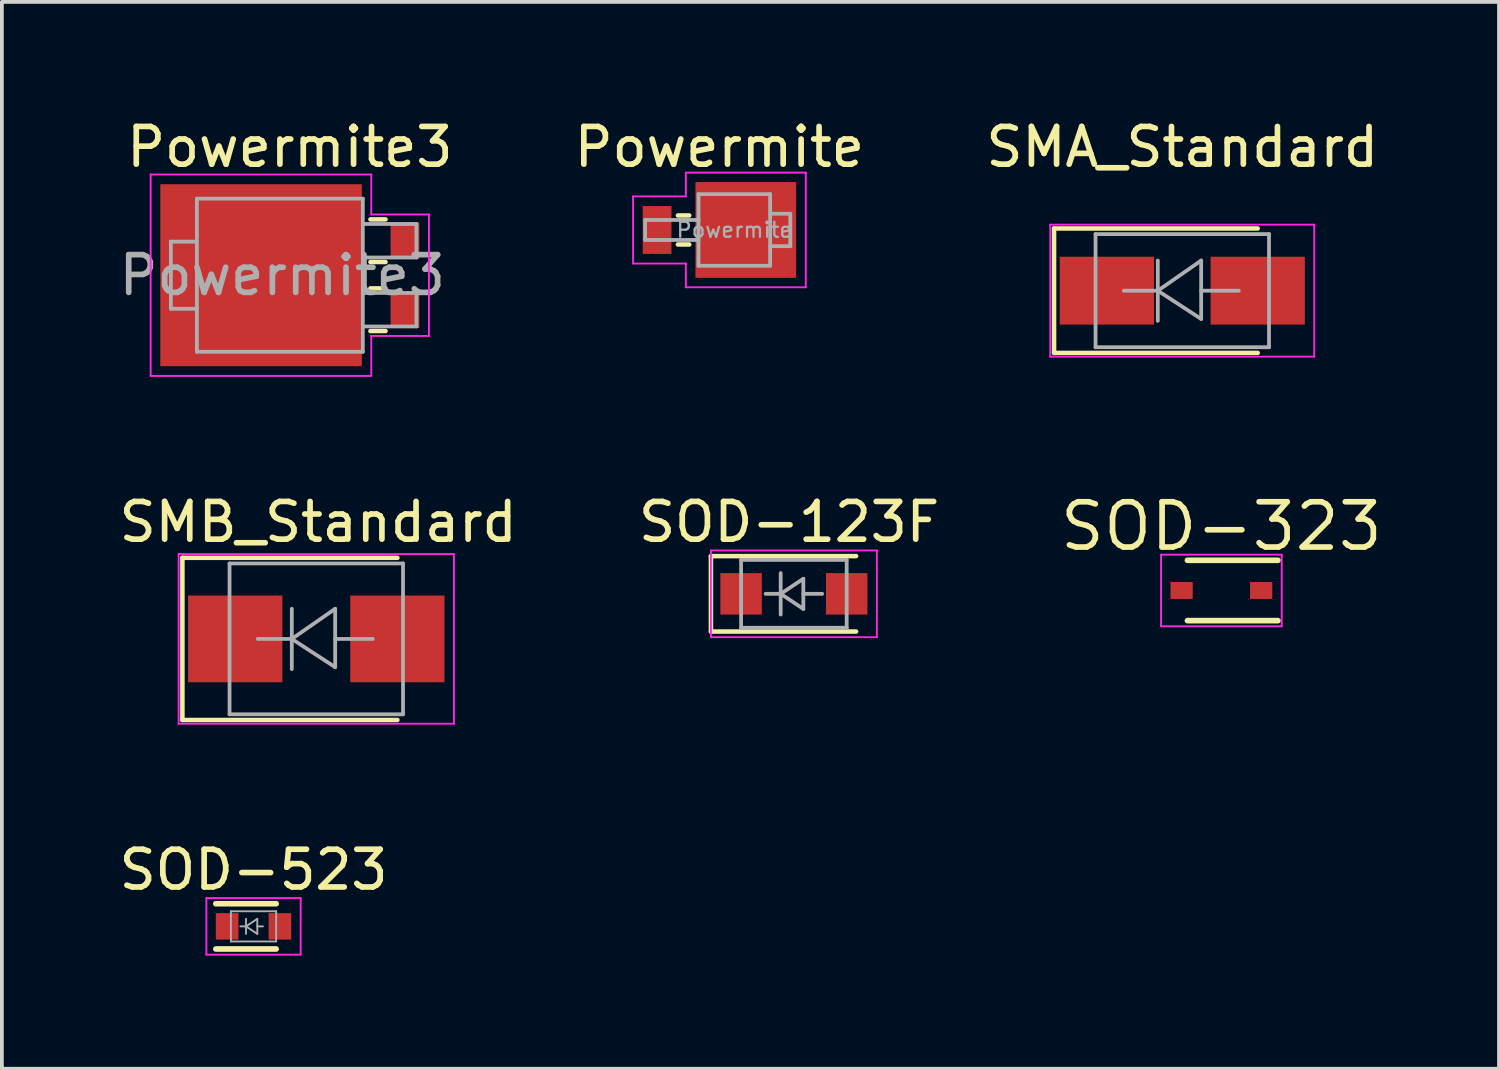
<source format=kicad_pcb>
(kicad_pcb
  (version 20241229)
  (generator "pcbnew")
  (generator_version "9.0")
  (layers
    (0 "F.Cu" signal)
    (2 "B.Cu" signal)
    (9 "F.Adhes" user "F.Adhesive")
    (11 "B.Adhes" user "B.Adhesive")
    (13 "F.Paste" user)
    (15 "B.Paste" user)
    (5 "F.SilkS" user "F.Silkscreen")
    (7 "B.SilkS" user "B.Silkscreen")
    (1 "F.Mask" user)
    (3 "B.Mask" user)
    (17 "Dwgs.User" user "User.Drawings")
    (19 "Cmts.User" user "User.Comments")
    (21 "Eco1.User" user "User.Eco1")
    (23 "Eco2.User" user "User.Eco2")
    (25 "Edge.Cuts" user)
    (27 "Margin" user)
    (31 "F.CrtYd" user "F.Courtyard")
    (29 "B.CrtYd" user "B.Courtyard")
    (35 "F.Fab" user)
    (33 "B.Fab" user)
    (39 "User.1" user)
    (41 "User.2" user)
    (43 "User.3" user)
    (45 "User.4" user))
  (footprint "Powermite"
    (layer "F.Cu")
    (at 16.027 3.048)
    (property "Reference" "Powermite" (at 0 -2.2 0) (layer "F.SilkS") (effects (font (size 1 1) (thickness 0.15))))
    (attr smd)
    (fp_line (start -1.1 -0.385) (end -0.8 -0.385) (stroke (width 0.12) (type solid)) (layer "F.SilkS"))
    (fp_line (start -1.1 0.385) (end -0.8 0.385) (stroke (width 0.12) (type solid)) (layer "F.SilkS"))
    (fp_line (start -2.29 -0.89) (end -2.29 0.89) (stroke (width 0.05) (type solid)) (layer "F.CrtYd"))
    (fp_line (start -2.29 0.89) (end -0.89 0.89) (stroke (width 0.05) (type solid)) (layer "F.CrtYd"))
    (fp_line (start -0.89 -1.52) (end -0.89 -0.89) (stroke (width 0.05) (type solid)) (layer "F.CrtYd"))
    (fp_line (start -0.89 -0.89) (end -2.29 -0.89) (stroke (width 0.05) (type solid)) (layer "F.CrtYd"))
    (fp_line (start -0.89 0.89) (end -0.89 1.52) (stroke (width 0.05) (type solid)) (layer "F.CrtYd"))
    (fp_line (start -0.89 1.52) (end 2.29 1.52) (stroke (width 0.05) (type solid)) (layer "F.CrtYd"))
    (fp_line (start 2.29 -1.52) (end -0.89 -1.52) (stroke (width 0.05) (type solid)) (layer "F.CrtYd"))
    (fp_line (start 2.29 1.52) (end 2.29 -1.52) (stroke (width 0.05) (type solid)) (layer "F.CrtYd"))
    (fp_line (start -1.97 -0.265) (end -1.97 0.265) (stroke (width 0.1) (type solid)) (layer "F.Fab"))
    (fp_line (start -1.97 -0.265) (end -0.555 -0.265) (stroke (width 0.1) (type solid)) (layer "F.Fab"))
    (fp_line (start -1.97 0.265) (end -0.555 0.265) (stroke (width 0.1) (type solid)) (layer "F.Fab"))
    (fp_line (start -0.555 -0.95) (end -0.555 0.95) (stroke (width 0.1) (type solid)) (layer "F.Fab"))
    (fp_line (start -0.555 0.95) (end 1.345 0.95) (stroke (width 0.1) (type solid)) (layer "F.Fab"))
    (fp_line (start 1.345 -0.95) (end -0.555 -0.95) (stroke (width 0.1) (type solid)) (layer "F.Fab"))
    (fp_line (start 1.345 -0.43) (end 1.88 -0.43) (stroke (width 0.1) (type solid)) (layer "F.Fab"))
    (fp_line (start 1.345 0.95) (end 1.345 -0.95) (stroke (width 0.1) (type solid)) (layer "F.Fab"))
    (fp_line (start 1.88 -0.43) (end 1.88 0.43) (stroke (width 0.1) (type solid)) (layer "F.Fab"))
    (fp_line (start 1.88 0.43) (end 1.345 0.43) (stroke (width 0.1) (type solid)) (layer "F.Fab"))
    (fp_text user "${REFERENCE}" (at 0.399 0 0) (layer "F.Fab") (effects (font (size 0.4 0.4) (thickness 0.06))))
    (pad "1" smd rect (at -1.653 0) (size 0.762 1.27) (layers "F.Cu" "F.Mask" "F.Paste"))
    (pad "2" smd rect (at 0.699 0) (size 2.67 2.54) (layers "F.Cu" "F.Mask" "F.Paste")))
  (footprint "SOD-123F"
    (layer "F.Cu")
    (at 18.002 12.697)
    (property "Reference" "SOD-123F" (at -0.127 -1.905 0) (layer "F.SilkS") (effects (font (size 1 1) (thickness 0.15))))
    (attr smd)
    (fp_line (start -2.2 -1) (end -2.2 1) (stroke (width 0.12) (type solid)) (layer "F.SilkS"))
    (fp_line (start -2.2 -1) (end 1.65 -1) (stroke (width 0.12) (type solid)) (layer "F.SilkS"))
    (fp_line (start -2.2 1) (end 1.65 1) (stroke (width 0.12) (type solid)) (layer "F.SilkS"))
    (fp_line (start -2.2 -1.15) (end -2.2 1.15) (stroke (width 0.05) (type solid)) (layer "F.CrtYd"))
    (fp_line (start -2.2 -1.15) (end 2.2 -1.15) (stroke (width 0.05) (type solid)) (layer "F.CrtYd"))
    (fp_line (start 2.2 -1.15) (end 2.2 1.15) (stroke (width 0.05) (type solid)) (layer "F.CrtYd"))
    (fp_line (start 2.2 1.15) (end -2.2 1.15) (stroke (width 0.05) (type solid)) (layer "F.CrtYd"))
    (fp_line (start -1.4 -0.9) (end 1.4 -0.9) (stroke (width 0.1) (type solid)) (layer "F.Fab"))
    (fp_line (start -1.4 0.9) (end -1.4 -0.9) (stroke (width 0.1) (type solid)) (layer "F.Fab"))
    (fp_line (start -0.75 0) (end -0.35 0) (stroke (width 0.1) (type solid)) (layer "F.Fab"))
    (fp_line (start -0.35 0) (end -0.35 -0.55) (stroke (width 0.1) (type solid)) (layer "F.Fab"))
    (fp_line (start -0.35 0) (end -0.35 0.55) (stroke (width 0.1) (type solid)) (layer "F.Fab"))
    (fp_line (start -0.35 0) (end 0.25 -0.4) (stroke (width 0.1) (type solid)) (layer "F.Fab"))
    (fp_line (start 0.25 -0.4) (end 0.25 0.4) (stroke (width 0.1) (type solid)) (layer "F.Fab"))
    (fp_line (start 0.25 0) (end 0.75 0) (stroke (width 0.1) (type solid)) (layer "F.Fab"))
    (fp_line (start 0.25 0.4) (end -0.35 0) (stroke (width 0.1) (type solid)) (layer "F.Fab"))
    (fp_line (start 1.4 -0.9) (end 1.4 0.9) (stroke (width 0.1) (type solid)) (layer "F.Fab"))
    (fp_line (start 1.4 0.9) (end -1.4 0.9) (stroke (width 0.1) (type solid)) (layer "F.Fab"))
    (pad "1" smd rect (at -1.4 0) (size 1.1 1.1) (layers "F.Cu" "F.Mask" "F.Paste"))
    (pad "2" smd rect (at 1.4 0) (size 1.1 1.1) (layers "F.Cu" "F.Mask" "F.Paste")))
  (footprint "Powermite3"
    (layer "F.Cu")
    (at 4.635 4.248)
    (property "Reference" "Powermite3" (at 0 -3.4 0) (layer "F.SilkS") (effects (font (size 1 1) (thickness 0.15))))
    (attr smd)
    (fp_line (start 2.538 -1.48) (end 2.138 -1.48) (stroke (width 0.12) (type solid)) (layer "F.SilkS"))
    (fp_line (start 2.538 -0.35) (end 2.138 -0.35) (stroke (width 0.12) (type solid)) (layer "F.SilkS"))
    (fp_line (start 2.538 0.35) (end 2.138 0.35) (stroke (width 0.12) (type solid)) (layer "F.SilkS"))
    (fp_line (start 2.538 1.48) (end 2.138 1.48) (stroke (width 0.12) (type solid)) (layer "F.SilkS"))
    (fp_line (start -3.69 -2.67) (end -3.69 2.67) (stroke (width 0.05) (type solid)) (layer "F.CrtYd"))
    (fp_line (start -3.69 2.67) (end 2.16 2.67) (stroke (width 0.05) (type solid)) (layer "F.CrtYd"))
    (fp_line (start 2.16 -2.67) (end -3.69 -2.67) (stroke (width 0.05) (type solid)) (layer "F.CrtYd"))
    (fp_line (start 2.16 -1.61) (end 2.16 -2.67) (stroke (width 0.05) (type solid)) (layer "F.CrtYd"))
    (fp_line (start 2.16 1.61) (end 3.69 1.61) (stroke (width 0.05) (type solid)) (layer "F.CrtYd"))
    (fp_line (start 2.16 2.67) (end 2.16 1.61) (stroke (width 0.05) (type solid)) (layer "F.CrtYd"))
    (fp_line (start 3.69 -1.61) (end 2.16 -1.61) (stroke (width 0.05) (type solid)) (layer "F.CrtYd"))
    (fp_line (start 3.69 1.61) (end 3.69 -1.61) (stroke (width 0.05) (type solid)) (layer "F.CrtYd"))
    (fp_line (start -3.154 -0.89) (end -2.464 -0.89) (stroke (width 0.1) (type solid)) (layer "F.Fab"))
    (fp_line (start -3.154 0.89) (end -3.154 -0.89) (stroke (width 0.1) (type solid)) (layer "F.Fab"))
    (fp_line (start -2.464 -2.03) (end -2.464 2.03) (stroke (width 0.1) (type solid)) (layer "F.Fab"))
    (fp_line (start -2.464 0.89) (end -3.154 0.89) (stroke (width 0.1) (type solid)) (layer "F.Fab"))
    (fp_line (start -2.464 2.03) (end 1.936 2.03) (stroke (width 0.1) (type solid)) (layer "F.Fab"))
    (fp_line (start 1.936 -2.03) (end -2.464 -2.03) (stroke (width 0.1) (type solid)) (layer "F.Fab"))
    (fp_line (start 1.936 2.03) (end 1.936 -2.03) (stroke (width 0.1) (type solid)) (layer "F.Fab"))
    (fp_line (start 3.358 -1.359) (end 1.936 -1.359) (stroke (width 0.1) (type solid)) (layer "F.Fab"))
    (fp_line (start 3.358 -0.47) (end 1.936 -0.47) (stroke (width 0.1) (type solid)) (layer "F.Fab"))
    (fp_line (start 3.358 -0.47) (end 3.358 -1.359) (stroke (width 0.1) (type solid)) (layer "F.Fab"))
    (fp_line (start 3.358 0.47) (end 1.936 0.47) (stroke (width 0.1) (type solid)) (layer "F.Fab"))
    (fp_line (start 3.358 1.359) (end 1.936 1.359) (stroke (width 0.1) (type solid)) (layer "F.Fab"))
    (fp_line (start 3.358 1.359) (end 3.358 0.47) (stroke (width 0.1) (type solid)) (layer "F.Fab"))
    (fp_text user "${REFERENCE}" (at -0.2 0 0) (layer "F.Fab") (effects (font (size 1 1) (thickness 0.15))))
    (pad "1" smd rect (at -0.762 0 180) (size 5.344 4.826) (layers "F.Cu" "F.Mask" "F.Paste"))
    (pad "2" smd rect (at 3.053 -0.914 180) (size 0.762 0.965) (layers "F.Cu" "F.Mask" "F.Paste"))
    (pad "3" smd rect (at 3.053 0.914 180) (size 0.762 0.965) (layers "F.Cu" "F.Mask" "F.Paste")))
  (footprint "SMA_Standard"
    (layer "F.Cu")
    (at 28.301 4.658)
    (property "Reference" "SMA_Standard" (at 0 -3.81 0) (layer "F.SilkS") (effects (font (size 1 1) (thickness 0.15))))
    (attr smd)
    (fp_line (start -3.4 -1.65) (end -3.4 1.65) (stroke (width 0.12) (type solid)) (layer "F.SilkS"))
    (fp_line (start -3.4 -1.65) (end 2 -1.65) (stroke (width 0.12) (type solid)) (layer "F.SilkS"))
    (fp_line (start -3.4 1.65) (end 2 1.65) (stroke (width 0.12) (type solid)) (layer "F.SilkS"))
    (fp_line (start -3.5 -1.75) (end 3.5 -1.75) (stroke (width 0.05) (type solid)) (layer "F.CrtYd"))
    (fp_line (start -3.5 1.75) (end -3.5 -1.75) (stroke (width 0.05) (type solid)) (layer "F.CrtYd"))
    (fp_line (start 3.5 -1.75) (end 3.5 1.75) (stroke (width 0.05) (type solid)) (layer "F.CrtYd"))
    (fp_line (start 3.5 1.75) (end -3.5 1.75) (stroke (width 0.05) (type solid)) (layer "F.CrtYd"))
    (fp_line (start -2.3 1.5) (end -2.3 -1.5) (stroke (width 0.1) (type solid)) (layer "F.Fab"))
    (fp_line (start -0.649 -0.799) (end -0.649 0.801) (stroke (width 0.1) (type solid)) (layer "F.Fab"))
    (fp_line (start -0.649 0.001) (end -1.551 0.001) (stroke (width 0.1) (type solid)) (layer "F.Fab"))
    (fp_line (start -0.649 0.001) (end 0.501 -0.799) (stroke (width 0.1) (type solid)) (layer "F.Fab"))
    (fp_line (start -0.649 0.001) (end 0.501 0.75) (stroke (width 0.1) (type solid)) (layer "F.Fab"))
    (fp_line (start 0.501 0.001) (end 1.499 0.001) (stroke (width 0.1) (type solid)) (layer "F.Fab"))
    (fp_line (start 0.501 0.75) (end 0.501 -0.799) (stroke (width 0.1) (type solid)) (layer "F.Fab"))
    (fp_line (start 2.3 -1.5) (end -2.3 -1.5) (stroke (width 0.1) (type solid)) (layer "F.Fab"))
    (fp_line (start 2.3 -1.5) (end 2.3 1.5) (stroke (width 0.1) (type solid)) (layer "F.Fab"))
    (fp_line (start 2.3 1.5) (end -2.3 1.5) (stroke (width 0.1) (type solid)) (layer "F.Fab"))
    (pad "1" smd rect (at -2 0) (size 2.5 1.8) (layers "F.Cu" "F.Mask" "F.Paste"))
    (pad "2" smd rect (at 2 0) (size 2.5 1.8) (layers "F.Cu" "F.Mask" "F.Paste")))
  (footprint "SOD-523"
    (layer "F.Cu")
    (at 3.673 21.515)
    (property "Reference" "SOD-523" (at 0 -1.5 0) (layer "F.SilkS") (effects (font (size 1 1) (thickness 0.15))))
    (attr smd)
    (fp_line (start 0.6 -0.6) (end -1 -0.6) (stroke (width 0.15) (type solid)) (layer "F.SilkS"))
    (fp_line (start 0.6 0.6) (end -1 0.6) (stroke (width 0.15) (type solid)) (layer "F.SilkS"))
    (fp_line (start -1.25 -0.75) (end 1.25 -0.75) (stroke (width 0.05) (type solid)) (layer "F.CrtYd"))
    (fp_line (start -1.25 0.75) (end -1.25 -0.75) (stroke (width 0.05) (type solid)) (layer "F.CrtYd"))
    (fp_line (start 1.25 -0.75) (end 1.25 0.75) (stroke (width 0.05) (type solid)) (layer "F.CrtYd"))
    (fp_line (start 1.25 0.75) (end -1.25 0.75) (stroke (width 0.05) (type solid)) (layer "F.CrtYd"))
    (fp_line (start -0.6 -0.4) (end 0.6 -0.4) (stroke (width 0.05) (type solid)) (layer "F.Fab"))
    (fp_line (start -0.6 0.4) (end -0.6 -0.4) (stroke (width 0.05) (type solid)) (layer "F.Fab"))
    (fp_line (start -0.2 0) (end -0.35 0) (stroke (width 0.05) (type solid)) (layer "F.Fab"))
    (fp_line (start -0.2 0) (end 0.1 0.2) (stroke (width 0.05) (type solid)) (layer "F.Fab"))
    (fp_line (start -0.2 0.2) (end -0.2 -0.2) (stroke (width 0.05) (type solid)) (layer "F.Fab"))
    (fp_line (start 0.1 -0.2) (end -0.2 0) (stroke (width 0.05) (type solid)) (layer "F.Fab"))
    (fp_line (start 0.1 0) (end 0.25 0) (stroke (width 0.05) (type solid)) (layer "F.Fab"))
    (fp_line (start 0.1 0.2) (end 0.1 -0.2) (stroke (width 0.05) (type solid)) (layer "F.Fab"))
    (fp_line (start 0.6 -0.4) (end 0.6 0.4) (stroke (width 0.05) (type solid)) (layer "F.Fab"))
    (fp_line (start 0.6 0.4) (end -0.6 0.4) (stroke (width 0.05) (type solid)) (layer "F.Fab"))
    (pad "1" smd rect (at -0.7 0 180) (size 0.6 0.7) (layers "F.Cu" "F.Mask" "F.Paste"))
    (pad "2" smd rect (at 0.7 0 180) (size 0.6 0.7) (layers "F.Cu" "F.Mask" "F.Paste")))
  (footprint "SOD-323"
    (layer "F.Cu")
    (at 29.338 12.608)
    (property "Reference" "SOD-323" (at 0 -1.7 0) (layer "F.SilkS") (effects (font (size 1.2 1.2) (thickness 0.15))))
    (attr smd)
    (fp_line (start -0.9 -0.8) (end 1.5 -0.8) (stroke (width 0.15) (type solid)) (layer "F.SilkS"))
    (fp_line (start -0.9 0.8) (end 1.5 0.8) (stroke (width 0.15) (type solid)) (layer "F.SilkS"))
    (fp_line (start -1.6 -0.95) (end 1.6 -0.95) (stroke (width 0.05) (type solid)) (layer "F.CrtYd"))
    (fp_line (start -1.6 0.95) (end -1.6 -0.95) (stroke (width 0.05) (type solid)) (layer "F.CrtYd"))
    (fp_line (start 1.6 -0.95) (end 1.6 0.95) (stroke (width 0.05) (type solid)) (layer "F.CrtYd"))
    (fp_line (start 1.6 0.95) (end -1.6 0.95) (stroke (width 0.05) (type solid)) (layer "F.CrtYd"))
    (pad "1" smd rect (at -1.055 0) (size 0.59 0.45) (layers "F.Cu" "F.Mask" "F.Paste"))
    (pad "2" smd rect (at 1.055 0) (size 0.59 0.45) (layers "F.Cu" "F.Mask" "F.Paste")))
  (footprint "SMB_Standard"
    (layer "F.Cu")
    (at 5.337 13.892)
    (property "Reference" "SMB_Standard" (at 0.05 -3.1 0) (layer "F.SilkS") (effects (font (size 1 1) (thickness 0.15))))
    (attr smd)
    (fp_line (start -3.55 -2.15) (end -3.55 2.15) (stroke (width 0.12) (type solid)) (layer "F.SilkS"))
    (fp_line (start -3.55 -2.15) (end 2.15 -2.15) (stroke (width 0.12) (type solid)) (layer "F.SilkS"))
    (fp_line (start -3.55 2.15) (end 2.15 2.15) (stroke (width 0.12) (type solid)) (layer "F.SilkS"))
    (fp_line (start -3.65 -2.25) (end 3.65 -2.25) (stroke (width 0.05) (type solid)) (layer "F.CrtYd"))
    (fp_line (start -3.65 2.25) (end -3.65 -2.25) (stroke (width 0.05) (type solid)) (layer "F.CrtYd"))
    (fp_line (start 3.65 -2.25) (end 3.65 2.25) (stroke (width 0.05) (type solid)) (layer "F.CrtYd"))
    (fp_line (start 3.65 2.25) (end -3.65 2.25) (stroke (width 0.05) (type solid)) (layer "F.CrtYd"))
    (fp_line (start -2.3 2) (end -2.3 -2) (stroke (width 0.1) (type solid)) (layer "F.Fab"))
    (fp_line (start -0.649 -0.799) (end -0.649 0.801) (stroke (width 0.1) (type solid)) (layer "F.Fab"))
    (fp_line (start -0.649 0.001) (end -1.551 0.001) (stroke (width 0.1) (type solid)) (layer "F.Fab"))
    (fp_line (start -0.649 0.001) (end 0.501 -0.799) (stroke (width 0.1) (type solid)) (layer "F.Fab"))
    (fp_line (start -0.649 0.001) (end 0.501 0.75) (stroke (width 0.1) (type solid)) (layer "F.Fab"))
    (fp_line (start 0.501 0.001) (end 1.499 0.001) (stroke (width 0.1) (type solid)) (layer "F.Fab"))
    (fp_line (start 0.501 0.75) (end 0.501 -0.799) (stroke (width 0.1) (type solid)) (layer "F.Fab"))
    (fp_line (start 2.3 -2) (end -2.3 -2) (stroke (width 0.1) (type solid)) (layer "F.Fab"))
    (fp_line (start 2.3 -2) (end 2.3 2) (stroke (width 0.1) (type solid)) (layer "F.Fab"))
    (fp_line (start 2.3 2) (end -2.3 2) (stroke (width 0.1) (type solid)) (layer "F.Fab"))
    (pad "1" smd rect (at -2.15 0) (size 2.5 2.3) (layers "F.Cu" "F.Mask" "F.Paste"))
    (pad "2" smd rect (at 2.15 0) (size 2.5 2.3) (layers "F.Cu" "F.Mask" "F.Paste")))
  (gr_rect
    (start -3 -3)
    (end 36.7 25.29)
    (stroke (width 0.1) (type default))
    (fill no)
    (layer "Edge.Cuts")))
</source>
